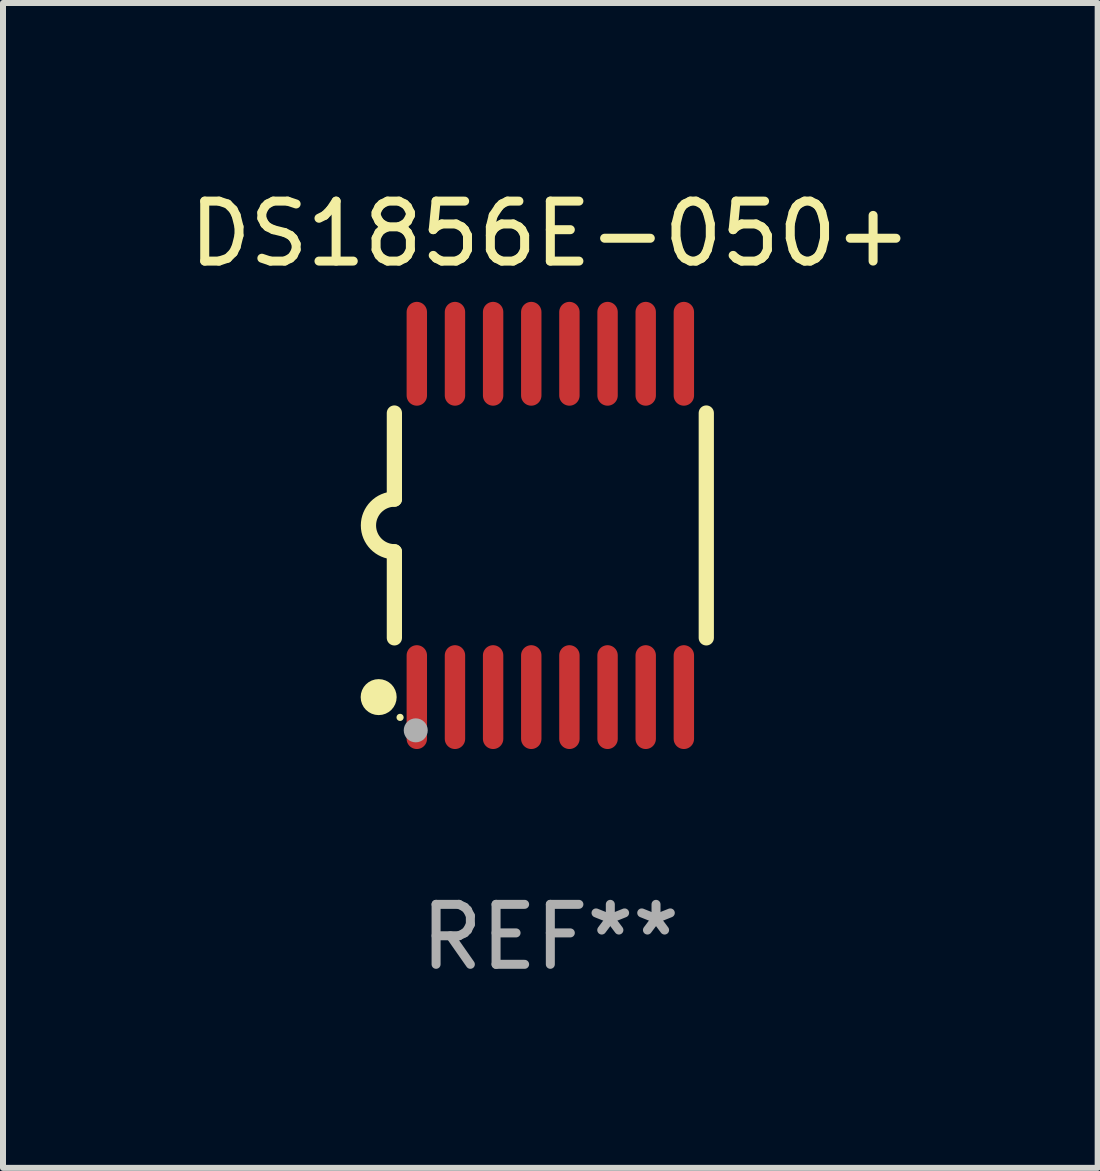
<source format=kicad_pcb>
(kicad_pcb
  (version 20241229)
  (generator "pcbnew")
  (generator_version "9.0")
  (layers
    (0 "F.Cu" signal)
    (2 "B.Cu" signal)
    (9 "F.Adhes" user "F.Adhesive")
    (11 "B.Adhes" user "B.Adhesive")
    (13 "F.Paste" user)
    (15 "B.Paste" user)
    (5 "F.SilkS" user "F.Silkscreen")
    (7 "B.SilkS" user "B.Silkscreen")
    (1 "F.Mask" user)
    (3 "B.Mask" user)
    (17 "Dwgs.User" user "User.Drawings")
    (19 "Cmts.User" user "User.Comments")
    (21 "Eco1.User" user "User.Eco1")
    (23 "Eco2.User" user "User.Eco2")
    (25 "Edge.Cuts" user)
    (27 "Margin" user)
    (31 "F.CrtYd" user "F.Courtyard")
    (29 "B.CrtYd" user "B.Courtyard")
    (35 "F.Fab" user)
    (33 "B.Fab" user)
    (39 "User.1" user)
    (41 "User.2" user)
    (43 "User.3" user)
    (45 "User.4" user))
  (footprint "DS1856E-050+"
    (layer "F.Cu")
    (at 6.125 5.71)
    (property "Reference" "DS1856E-050+" (at 0 -4.862 0) (layer "F.SilkS") (effects (font (size 1 1) (thickness 0.15))))
    (attr through_hole)
    (fp_line (start -2.6 -1.874) (end -2.6 -0.439) (stroke (width 0.254) (type solid)) (layer "F.SilkS"))
    (fp_line (start -2.6 1.874) (end -2.6 0.439) (stroke (width 0.254) (type solid)) (layer "F.SilkS"))
    (fp_line (start 2.6 -1.874) (end 2.6 1.874) (stroke (width 0.254) (type solid)) (layer "F.SilkS"))
    (fp_arc (start -2.6 0.438989) (mid -3.038633 -0.000597) (end -2.599365 -0.439547) (stroke (width 0.254001) (type solid)) (layer "F.SilkS"))
    (fp_circle (center -2.862 2.862) (end -2.712 2.862) (stroke (width 0.3) (type solid)) (fill no) (layer "F.SilkS"))
    (fp_circle (center -2.505 3.2) (end -2.475 3.2) (stroke (width 0.06) (type solid)) (fill no) (layer "F.SilkS"))
    (fp_circle (center -2.244 3.416) (end -2.144 3.416) (stroke (width 0.2) (type solid)) (fill no) (layer "F.Fab"))
    (fp_text user "REF**" (at 0 6.862 0) (layer "F.Fab") (effects (font (size 1 1) (thickness 0.15))))
    (pad "1" smd oval (at -2.226 2.862) (size 0.34 1.731) (layers "F.Cu" "F.Mask" "F.Paste"))
    (pad "2" smd oval (at -1.59 2.862) (size 0.34 1.731) (layers "F.Cu" "F.Mask" "F.Paste"))
    (pad "3" smd oval (at -0.954 2.862) (size 0.34 1.731) (layers "F.Cu" "F.Mask" "F.Paste"))
    (pad "4" smd oval (at -0.318 2.862) (size 0.34 1.731) (layers "F.Cu" "F.Mask" "F.Paste"))
    (pad "5" smd oval (at 0.318 2.862) (size 0.34 1.731) (layers "F.Cu" "F.Mask" "F.Paste"))
    (pad "6" smd oval (at 0.954 2.862) (size 0.34 1.731) (layers "F.Cu" "F.Mask" "F.Paste"))
    (pad "7" smd oval (at 1.59 2.862) (size 0.34 1.731) (layers "F.Cu" "F.Mask" "F.Paste"))
    (pad "8" smd oval (at 2.226 2.862) (size 0.34 1.731) (layers "F.Cu" "F.Mask" "F.Paste"))
    (pad "9" smd oval (at 2.226 -2.862) (size 0.34 1.731) (layers "F.Cu" "F.Mask" "F.Paste"))
    (pad "10" smd oval (at 1.59 -2.862) (size 0.34 1.731) (layers "F.Cu" "F.Mask" "F.Paste"))
    (pad "11" smd oval (at 0.954 -2.862) (size 0.34 1.731) (layers "F.Cu" "F.Mask" "F.Paste"))
    (pad "12" smd oval (at 0.318 -2.862) (size 0.34 1.731) (layers "F.Cu" "F.Mask" "F.Paste"))
    (pad "13" smd oval (at -0.318 -2.862) (size 0.34 1.731) (layers "F.Cu" "F.Mask" "F.Paste"))
    (pad "14" smd oval (at -0.954 -2.862) (size 0.34 1.731) (layers "F.Cu" "F.Mask" "F.Paste"))
    (pad "15" smd oval (at -1.59 -2.862) (size 0.34 1.731) (layers "F.Cu" "F.Mask" "F.Paste"))
    (pad "16" smd oval (at -2.226 -2.862) (size 0.34 1.731) (layers "F.Cu" "F.Mask" "F.Paste")))
  (gr_rect
    (start -3 -3)
    (end 15.25 16.42)
    (stroke (width 0.1) (type default))
    (fill no)
    (layer "Edge.Cuts")))
</source>
